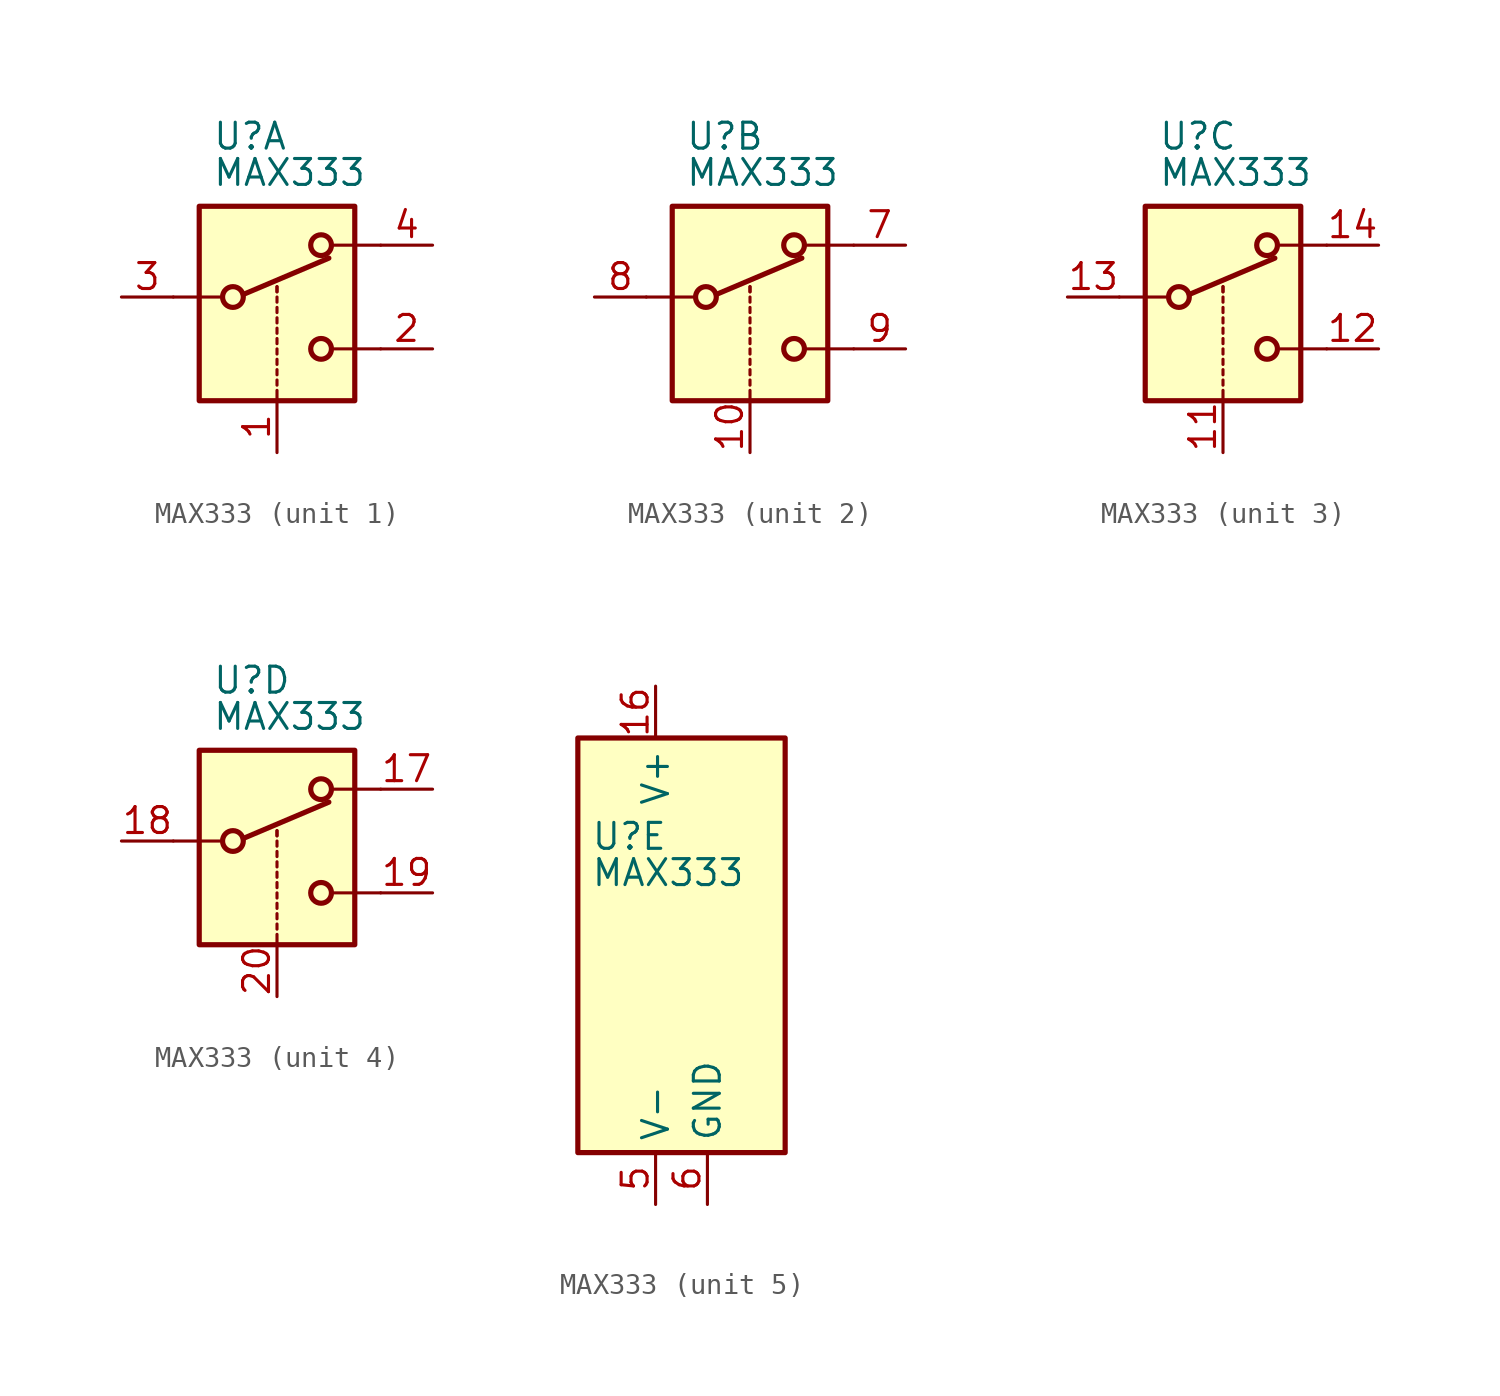
<source format=kicad_sym>
(kicad_symbol_lib
  (version 20201005)
  (generator kicad_symbol_editor)
  (symbol "Analog_Switch:MAX333"
    (property "Reference" "U"
      (at -3.175 5.334 0)
      (effects (font (size 1.27 1.27)) (justify left)))
    (property "Value" "MAX333"
      (at -3.175 3.556 0)
      (effects (font (size 1.27 1.27)) (justify left)))
    (symbol "MAX333_1_1"
      (circle (center -2.159 -2.54) (radius 0.508) (stroke (width 0.254)) (fill (type none)))
      (circle (center 2.159 -5.08) (radius 0.508) (stroke (width 0.254)) (fill (type none)))
      (circle (center 2.159 0) (radius 0.508) (stroke (width 0.254)) (fill (type none)))
      (rectangle (start -3.81 1.905) (end 3.81 -7.62) (stroke (width 0.254)) (fill (type background)))
      (polyline (pts (xy -5.08 -2.54) (xy -2.794 -2.54)) (stroke (width 0)) (fill (type none)))
      (polyline (pts (xy -1.651 -2.413) (xy 2.54 -0.635)) (stroke (width 0.254)) (fill (type none)))
      (polyline (pts (xy 0 -7.62) (xy 0 -7.112)) (stroke (width 0)) (fill (type none)))
      (polyline (pts (xy 0 -6.858) (xy 0 -6.604)) (stroke (width 0)) (fill (type none)))
      (polyline (pts (xy 0 -6.35) (xy 0 -6.096)) (stroke (width 0)) (fill (type none)))
      (polyline (pts (xy 0 -5.842) (xy 0 -5.588)) (stroke (width 0)) (fill (type none)))
      (polyline (pts (xy 0 -5.334) (xy 0 -5.08)) (stroke (width 0)) (fill (type none)))
      (polyline (pts (xy 0 -4.826) (xy 0 -4.572)) (stroke (width 0)) (fill (type none)))
      (polyline (pts (xy 0 -4.318) (xy 0 -4.064)) (stroke (width 0)) (fill (type none)))
      (polyline (pts (xy 0 -3.81) (xy 0 -3.556)) (stroke (width 0)) (fill (type none)))
      (polyline (pts (xy 0 -3.302) (xy 0 -3.048)) (stroke (width 0)) (fill (type none)))
      (polyline (pts (xy 0 -2.794) (xy 0 -2.54)) (stroke (width 0)) (fill (type none)))
      (polyline (pts (xy 0 -2.286) (xy 0 -2.032)) (stroke (width 0)) (fill (type none)))
      (polyline (pts (xy 0 -2.286) (xy 0 -2.032)) (stroke (width 0)) (fill (type none)))
      (polyline (pts (xy 5.08 -5.08) (xy 2.794 -5.08)) (stroke (width 0)) (fill (type none)))
      (polyline (pts (xy 5.08 0) (xy 2.794 0)) (stroke (width 0)) (fill (type none)))
      (pin input line (at 0 -10.16 90) (length 2.54) (name "~" (effects (font (size 1.27 1.27)))) (number "1" (effects (font (size 1.27 1.27)))))
      (pin passive line (at 7.62 -5.08 180) (length 2.54) (name "~" (effects (font (size 1.27 1.27)))) (number "2" (effects (font (size 1.27 1.27)))))
      (pin passive line (at -7.62 -2.54 0) (length 2.54) (name "~" (effects (font (size 1.27 1.27)))) (number "3" (effects (font (size 1.27 1.27)))))
      (pin passive line (at 7.62 0 180) (length 2.54) (name "~" (effects (font (size 1.27 1.27)))) (number "4" (effects (font (size 1.27 1.27))))))
    (symbol "MAX333_2_1"
      (circle (center -2.159 -2.54) (radius 0.508) (stroke (width 0.254)) (fill (type none)))
      (circle (center 2.159 -5.08) (radius 0.508) (stroke (width 0.254)) (fill (type none)))
      (circle (center 2.159 0) (radius 0.508) (stroke (width 0.254)) (fill (type none)))
      (rectangle (start -3.81 1.905) (end 3.81 -7.62) (stroke (width 0.254)) (fill (type background)))
      (polyline (pts (xy -5.08 -2.54) (xy -2.794 -2.54)) (stroke (width 0)) (fill (type none)))
      (polyline (pts (xy -1.651 -2.413) (xy 2.54 -0.635)) (stroke (width 0.254)) (fill (type none)))
      (polyline (pts (xy 0 -7.62) (xy 0 -7.112)) (stroke (width 0)) (fill (type none)))
      (polyline (pts (xy 0 -6.858) (xy 0 -6.604)) (stroke (width 0)) (fill (type none)))
      (polyline (pts (xy 0 -6.35) (xy 0 -6.096)) (stroke (width 0)) (fill (type none)))
      (polyline (pts (xy 0 -5.842) (xy 0 -5.588)) (stroke (width 0)) (fill (type none)))
      (polyline (pts (xy 0 -5.334) (xy 0 -5.08)) (stroke (width 0)) (fill (type none)))
      (polyline (pts (xy 0 -4.826) (xy 0 -4.572)) (stroke (width 0)) (fill (type none)))
      (polyline (pts (xy 0 -4.318) (xy 0 -4.064)) (stroke (width 0)) (fill (type none)))
      (polyline (pts (xy 0 -3.81) (xy 0 -3.556)) (stroke (width 0)) (fill (type none)))
      (polyline (pts (xy 0 -3.302) (xy 0 -3.048)) (stroke (width 0)) (fill (type none)))
      (polyline (pts (xy 0 -2.794) (xy 0 -2.54)) (stroke (width 0)) (fill (type none)))
      (polyline (pts (xy 0 -2.286) (xy 0 -2.032)) (stroke (width 0)) (fill (type none)))
      (polyline (pts (xy 0 -2.286) (xy 0 -2.032)) (stroke (width 0)) (fill (type none)))
      (polyline (pts (xy 5.08 -5.08) (xy 2.794 -5.08)) (stroke (width 0)) (fill (type none)))
      (polyline (pts (xy 5.08 0) (xy 2.794 0)) (stroke (width 0)) (fill (type none)))
      (pin input line (at 0 -10.16 90) (length 2.54) (name "~" (effects (font (size 1.27 1.27)))) (number "10" (effects (font (size 1.27 1.27)))))
      (pin passive line (at 7.62 0 180) (length 2.54) (name "~" (effects (font (size 1.27 1.27)))) (number "7" (effects (font (size 1.27 1.27)))))
      (pin passive line (at -7.62 -2.54 0) (length 2.54) (name "~" (effects (font (size 1.27 1.27)))) (number "8" (effects (font (size 1.27 1.27)))))
      (pin passive line (at 7.62 -5.08 180) (length 2.54) (name "~" (effects (font (size 1.27 1.27)))) (number "9" (effects (font (size 1.27 1.27))))))
    (symbol "MAX333_3_1"
      (circle (center -2.159 -2.54) (radius 0.508) (stroke (width 0.254)) (fill (type none)))
      (circle (center 2.159 -5.08) (radius 0.508) (stroke (width 0.254)) (fill (type none)))
      (circle (center 2.159 0) (radius 0.508) (stroke (width 0.254)) (fill (type none)))
      (rectangle (start -3.81 1.905) (end 3.81 -7.62) (stroke (width 0.254)) (fill (type background)))
      (polyline (pts (xy -5.08 -2.54) (xy -2.794 -2.54)) (stroke (width 0)) (fill (type none)))
      (polyline (pts (xy -1.651 -2.413) (xy 2.54 -0.635)) (stroke (width 0.254)) (fill (type none)))
      (polyline (pts (xy 0 -7.62) (xy 0 -7.112)) (stroke (width 0)) (fill (type none)))
      (polyline (pts (xy 0 -6.858) (xy 0 -6.604)) (stroke (width 0)) (fill (type none)))
      (polyline (pts (xy 0 -6.35) (xy 0 -6.096)) (stroke (width 0)) (fill (type none)))
      (polyline (pts (xy 0 -5.842) (xy 0 -5.588)) (stroke (width 0)) (fill (type none)))
      (polyline (pts (xy 0 -5.334) (xy 0 -5.08)) (stroke (width 0)) (fill (type none)))
      (polyline (pts (xy 0 -4.826) (xy 0 -4.572)) (stroke (width 0)) (fill (type none)))
      (polyline (pts (xy 0 -4.318) (xy 0 -4.064)) (stroke (width 0)) (fill (type none)))
      (polyline (pts (xy 0 -3.81) (xy 0 -3.556)) (stroke (width 0)) (fill (type none)))
      (polyline (pts (xy 0 -3.302) (xy 0 -3.048)) (stroke (width 0)) (fill (type none)))
      (polyline (pts (xy 0 -2.794) (xy 0 -2.54)) (stroke (width 0)) (fill (type none)))
      (polyline (pts (xy 0 -2.286) (xy 0 -2.032)) (stroke (width 0)) (fill (type none)))
      (polyline (pts (xy 0 -2.286) (xy 0 -2.032)) (stroke (width 0)) (fill (type none)))
      (polyline (pts (xy 5.08 -5.08) (xy 2.794 -5.08)) (stroke (width 0)) (fill (type none)))
      (polyline (pts (xy 5.08 0) (xy 2.794 0)) (stroke (width 0)) (fill (type none)))
      (pin input line (at 0 -10.16 90) (length 2.54) (name "~" (effects (font (size 1.27 1.27)))) (number "11" (effects (font (size 1.27 1.27)))))
      (pin passive line (at 7.62 -5.08 180) (length 2.54) (name "~" (effects (font (size 1.27 1.27)))) (number "12" (effects (font (size 1.27 1.27)))))
      (pin passive line (at -7.62 -2.54 0) (length 2.54) (name "~" (effects (font (size 1.27 1.27)))) (number "13" (effects (font (size 1.27 1.27)))))
      (pin passive line (at 7.62 0 180) (length 2.54) (name "~" (effects (font (size 1.27 1.27)))) (number "14" (effects (font (size 1.27 1.27))))))
    (symbol "MAX333_4_1"
      (circle (center -2.159 -2.54) (radius 0.508) (stroke (width 0.254)) (fill (type none)))
      (circle (center 2.159 -5.08) (radius 0.508) (stroke (width 0.254)) (fill (type none)))
      (circle (center 2.159 0) (radius 0.508) (stroke (width 0.254)) (fill (type none)))
      (rectangle (start -3.81 1.905) (end 3.81 -7.62) (stroke (width 0.254)) (fill (type background)))
      (polyline (pts (xy -5.08 -2.54) (xy -2.794 -2.54)) (stroke (width 0)) (fill (type none)))
      (polyline (pts (xy -1.651 -2.413) (xy 2.54 -0.635)) (stroke (width 0.254)) (fill (type none)))
      (polyline (pts (xy 0 -7.62) (xy 0 -7.112)) (stroke (width 0)) (fill (type none)))
      (polyline (pts (xy 0 -6.858) (xy 0 -6.604)) (stroke (width 0)) (fill (type none)))
      (polyline (pts (xy 0 -6.35) (xy 0 -6.096)) (stroke (width 0)) (fill (type none)))
      (polyline (pts (xy 0 -5.842) (xy 0 -5.588)) (stroke (width 0)) (fill (type none)))
      (polyline (pts (xy 0 -5.334) (xy 0 -5.08)) (stroke (width 0)) (fill (type none)))
      (polyline (pts (xy 0 -4.826) (xy 0 -4.572)) (stroke (width 0)) (fill (type none)))
      (polyline (pts (xy 0 -4.318) (xy 0 -4.064)) (stroke (width 0)) (fill (type none)))
      (polyline (pts (xy 0 -3.81) (xy 0 -3.556)) (stroke (width 0)) (fill (type none)))
      (polyline (pts (xy 0 -3.302) (xy 0 -3.048)) (stroke (width 0)) (fill (type none)))
      (polyline (pts (xy 0 -2.794) (xy 0 -2.54)) (stroke (width 0)) (fill (type none)))
      (polyline (pts (xy 0 -2.286) (xy 0 -2.032)) (stroke (width 0)) (fill (type none)))
      (polyline (pts (xy 0 -2.286) (xy 0 -2.032)) (stroke (width 0)) (fill (type none)))
      (polyline (pts (xy 5.08 -5.08) (xy 2.794 -5.08)) (stroke (width 0)) (fill (type none)))
      (polyline (pts (xy 5.08 0) (xy 2.794 0)) (stroke (width 0)) (fill (type none)))
      (pin passive line (at 7.62 0 180) (length 2.54) (name "~" (effects (font (size 1.27 1.27)))) (number "17" (effects (font (size 1.27 1.27)))))
      (pin passive line (at -7.62 -2.54 0) (length 2.54) (name "~" (effects (font (size 1.27 1.27)))) (number "18" (effects (font (size 1.27 1.27)))))
      (pin passive line (at 7.62 -5.08 180) (length 2.54) (name "~" (effects (font (size 1.27 1.27)))) (number "19" (effects (font (size 1.27 1.27)))))
      (pin input line (at 0 -10.16 90) (length 2.54) (name "~" (effects (font (size 1.27 1.27)))) (number "20" (effects (font (size 1.27 1.27))))))
    (symbol "MAX333_5_0"
      (pin no_connect line (at 2.54 10.16 270) (length 2.54) hide (name "NC" (effects (font (size 1.27 1.27)))) (number "15" (effects (font (size 1.27 1.27)))))
      (pin power_in line (at 0 12.7 270) (length 2.54) (name "V+" (effects (font (size 1.27 1.27)))) (number "16" (effects (font (size 1.27 1.27)))))
      (pin power_in line (at 0 -12.7 90) (length 2.54) (name "V-" (effects (font (size 1.27 1.27)))) (number "5" (effects (font (size 1.27 1.27)))))
      (pin power_in line (at 2.54 -12.7 90) (length 2.54) (name "GND" (effects (font (size 1.27 1.27)))) (number "6" (effects (font (size 1.27 1.27))))))
    (symbol "MAX333_5_1"
      (rectangle (start -3.81 10.16) (end 6.35 -10.16) (stroke (width 0.254)) (fill (type background))))))
</source>
